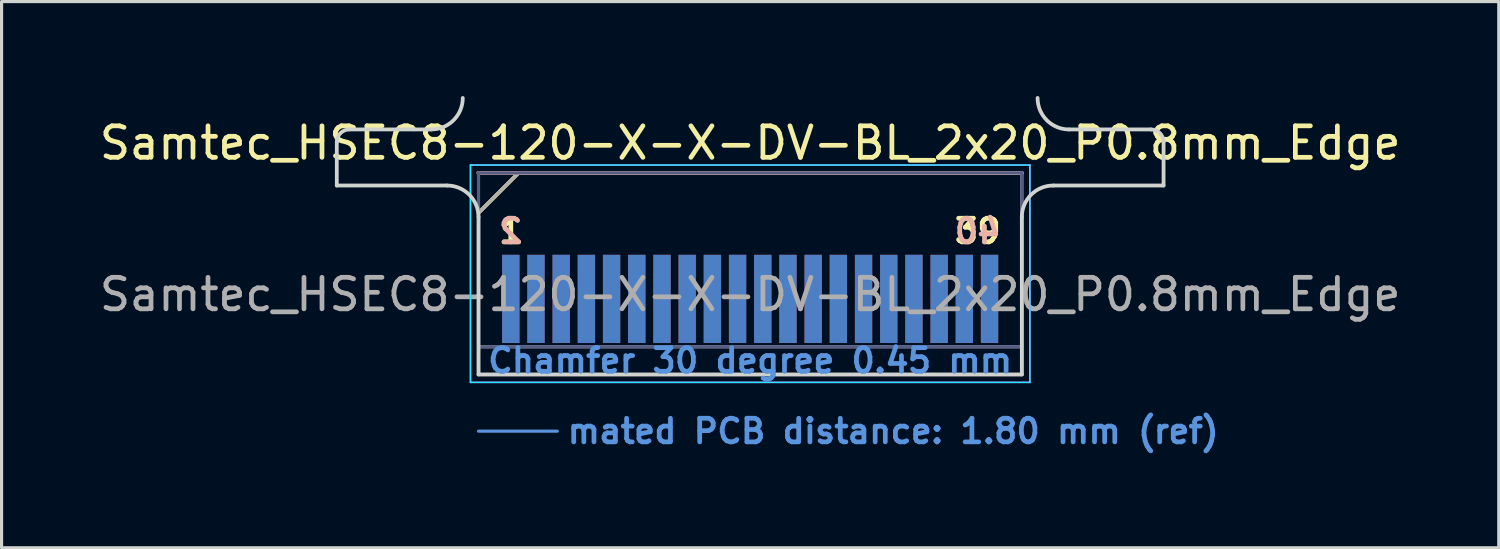
<source format=kicad_pcb>
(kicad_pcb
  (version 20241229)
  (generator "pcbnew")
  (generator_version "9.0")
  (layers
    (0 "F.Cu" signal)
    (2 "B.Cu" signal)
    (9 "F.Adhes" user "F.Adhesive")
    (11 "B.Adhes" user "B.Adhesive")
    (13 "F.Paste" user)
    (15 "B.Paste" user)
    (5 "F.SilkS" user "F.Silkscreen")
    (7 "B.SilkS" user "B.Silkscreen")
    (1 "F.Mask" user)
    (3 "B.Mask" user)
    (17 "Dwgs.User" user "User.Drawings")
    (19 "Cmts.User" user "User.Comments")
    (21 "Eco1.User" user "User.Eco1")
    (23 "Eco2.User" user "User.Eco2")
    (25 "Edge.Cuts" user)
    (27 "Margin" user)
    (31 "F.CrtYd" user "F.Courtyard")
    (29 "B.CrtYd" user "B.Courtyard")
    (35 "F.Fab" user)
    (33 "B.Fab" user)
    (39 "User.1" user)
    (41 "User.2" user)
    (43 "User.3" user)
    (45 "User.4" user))
  (footprint "Samtec_HSEC8-120-X-X-DV-BL_2x20_P0.8mm_Edge"
    (layer "F.Cu")
    (at 20.768 8.84)
    (property "Reference" "Samtec_HSEC8-120-X-X-DV-BL_2x20_P0.8mm_Edge" (at 0 -7.35 0) (layer "F.SilkS") (effects (font (size 1 1) (thickness 0.15))))
    (attr exclude_from_pos_files exclude_from_bom)
    (fp_line (start -8.625 -5.13) (end -7.355 -6.4) (stroke (width 0.12) (type solid)) (layer "F.SilkS"))
    (fp_line (start -7.355 -6.4) (end 8.625 -6.4) (stroke (width 0.12) (type solid)) (layer "F.SilkS"))
    (fp_line (start -8.625 -6.4) (end -8.625 -6.4) (stroke (width 0.12) (type solid)) (layer "B.SilkS"))
    (fp_line (start -8.625 -6.4) (end 8.625 -6.4) (stroke (width 0.12) (type solid)) (layer "B.SilkS"))
    (fp_line (start -8.625 1.8) (end -6.125 1.8) (stroke (width 0.1) (type solid)) (layer "Cmts.User"))
    (fp_line (start -13.125 -6) (end -13.125 -7.38) (stroke (width 0.12) (type solid)) (layer "Edge.Cuts"))
    (fp_line (start -12.725 -7.78) (end -10.125 -7.78) (stroke (width 0.12) (type solid)) (layer "Edge.Cuts"))
    (fp_line (start -9.625 -6) (end -13.125 -6) (stroke (width 0.12) (type solid)) (layer "Edge.Cuts"))
    (fp_line (start -8.625 -5) (end -8.625 0) (stroke (width 0.12) (type solid)) (layer "Edge.Cuts"))
    (fp_line (start -8.625 0) (end 8.625 0) (stroke (width 0.12) (type solid)) (layer "Edge.Cuts"))
    (fp_line (start 8.625 0) (end 8.625 -5) (stroke (width 0.12) (type solid)) (layer "Edge.Cuts"))
    (fp_line (start 9.625 -6) (end 13.125 -6) (stroke (width 0.12) (type solid)) (layer "Edge.Cuts"))
    (fp_line (start 12.725 -7.78) (end 10.125 -7.78) (stroke (width 0.12) (type solid)) (layer "Edge.Cuts"))
    (fp_line (start 13.125 -6) (end 13.125 -7.38) (stroke (width 0.12) (type solid)) (layer "Edge.Cuts"))
    (fp_arc (start -13.125 -7.38) (mid -13.007843 -7.662843) (end -12.725 -7.78) (stroke (width 0.12) (type solid)) (layer "Edge.Cuts"))
    (fp_arc (start -9.625 -6) (mid -8.917893 -5.707107) (end -8.625 -5) (stroke (width 0.12) (type solid)) (layer "Edge.Cuts"))
    (fp_arc (start -9.125 -8.78) (mid -9.417893 -8.072893) (end -10.125 -7.78) (stroke (width 0.12) (type solid)) (layer "Edge.Cuts"))
    (fp_arc (start 8.625 -5) (mid 8.917893 -5.707107) (end 9.625 -6) (stroke (width 0.12) (type solid)) (layer "Edge.Cuts"))
    (fp_arc (start 10.125 -7.78) (mid 9.417893 -8.072893) (end 9.125 -8.78) (stroke (width 0.12) (type solid)) (layer "Edge.Cuts"))
    (fp_arc (start 12.725 -7.78) (mid 13.007843 -7.662843) (end 13.125 -7.38) (stroke (width 0.12) (type solid)) (layer "Edge.Cuts"))
    (fp_line (start -8.88 -6.65) (end -8.88 0.25) (stroke (width 0.05) (type solid)) (layer "B.CrtYd"))
    (fp_line (start -8.88 0.25) (end 8.88 0.25) (stroke (width 0.05) (type solid)) (layer "B.CrtYd"))
    (fp_line (start 8.88 -6.65) (end -8.88 -6.65) (stroke (width 0.05) (type solid)) (layer "B.CrtYd"))
    (fp_line (start 8.88 0.25) (end 8.88 -6.65) (stroke (width 0.05) (type solid)) (layer "B.CrtYd"))
    (fp_line (start -8.88 -6.65) (end -8.88 0.25) (stroke (width 0.05) (type solid)) (layer "F.CrtYd"))
    (fp_line (start -8.88 0.25) (end 8.88 0.25) (stroke (width 0.05) (type solid)) (layer "F.CrtYd"))
    (fp_line (start 8.88 -6.65) (end -8.88 -6.65) (stroke (width 0.05) (type solid)) (layer "F.CrtYd"))
    (fp_line (start 8.88 0.25) (end 8.88 -6.65) (stroke (width 0.05) (type solid)) (layer "F.CrtYd"))
    (fp_line (start -8.625 -6.4) (end -8.625 -6.4) (stroke (width 0.1) (type solid)) (layer "B.Fab"))
    (fp_line (start -8.625 -6.4) (end -8.625 0) (stroke (width 0.1) (type solid)) (layer "B.Fab"))
    (fp_line (start -8.625 -6.4) (end 8.625 -6.4) (stroke (width 0.1) (type solid)) (layer "B.Fab"))
    (fp_line (start -8.625 -0.88) (end 8.625 -0.88) (stroke (width 0.1) (type solid)) (layer "B.Fab"))
    (fp_line (start -8.625 0) (end 8.625 0) (stroke (width 0.1) (type solid)) (layer "B.Fab"))
    (fp_line (start 8.625 -6.4) (end 8.625 0) (stroke (width 0.1) (type solid)) (layer "B.Fab"))
    (fp_line (start -8.625 -5.13) (end -8.625 0) (stroke (width 0.1) (type solid)) (layer "F.Fab"))
    (fp_line (start -8.625 -5.13) (end -7.355 -6.4) (stroke (width 0.1) (type solid)) (layer "F.Fab"))
    (fp_line (start -8.625 -0.88) (end 8.625 -0.88) (stroke (width 0.1) (type solid)) (layer "F.Fab"))
    (fp_line (start -8.625 0) (end 8.625 0) (stroke (width 0.1) (type solid)) (layer "F.Fab"))
    (fp_line (start -7.355 -6.4) (end 8.625 -6.4) (stroke (width 0.1) (type solid)) (layer "F.Fab"))
    (fp_line (start 8.625 -6.4) (end 8.625 0) (stroke (width 0.1) (type solid)) (layer "F.Fab"))
    (fp_text user "39" (at 7.225 -4.55 0) (layer "F.SilkS") (effects (font (size 0.75 0.75) (thickness 0.15))))
    (fp_text user "1" (at -7.6 -4.55 0) (layer "F.SilkS") (effects (font (size 0.75 0.75) (thickness 0.15))))
    (fp_text user "40" (at 7.225 -4.55 0) (layer "B.SilkS") (effects (font (size 0.75 0.75) (thickness 0.15)) (justify mirror)))
    (fp_text user "2" (at -7.6 -4.55 0) (layer "B.SilkS") (effects (font (size 0.75 0.75) (thickness 0.15)) (justify mirror)))
    (fp_text user "Chamfer 30 degree 0.45 mm" (at 0 -0.44 0) (layer "Cmts.User") (effects (font (size 0.75 0.75) (thickness 0.15))))
    (fp_text user "mated PCB distance: 1.80 mm (ref)" (at -5.88 1.8 0) (layer "Cmts.User") (effects (font (size 0.75 0.75) (thickness 0.15)) (justify left)))
    (fp_text user "${REFERENCE}" (at 0 -2.54 0) (layer "F.Fab") (effects (font (size 1 1) (thickness 0.15))))
    (pad "1" connect rect (at -7.6 -2.4) (size 0.55 2.8) (layers "F.Cu" "F.Mask"))
    (pad "2" connect rect (at -7.6 -2.4) (size 0.55 2.8) (layers "B.Cu" "B.Mask"))
    (pad "3" connect rect (at -6.8 -2.4) (size 0.55 2.8) (layers "F.Cu" "F.Mask"))
    (pad "4" connect rect (at -6.8 -2.4) (size 0.55 2.8) (layers "B.Cu" "B.Mask"))
    (pad "5" connect rect (at -6 -2.4) (size 0.55 2.8) (layers "F.Cu" "F.Mask"))
    (pad "6" connect rect (at -6 -2.4) (size 0.55 2.8) (layers "B.Cu" "B.Mask"))
    (pad "7" connect rect (at -5.2 -2.4) (size 0.55 2.8) (layers "F.Cu" "F.Mask"))
    (pad "8" connect rect (at -5.2 -2.4) (size 0.55 2.8) (layers "B.Cu" "B.Mask"))
    (pad "9" connect rect (at -4.4 -2.4) (size 0.55 2.8) (layers "F.Cu" "F.Mask"))
    (pad "10" connect rect (at -4.4 -2.4) (size 0.55 2.8) (layers "B.Cu" "B.Mask"))
    (pad "11" connect rect (at -3.6 -2.4) (size 0.55 2.8) (layers "F.Cu" "F.Mask"))
    (pad "12" connect rect (at -3.6 -2.4) (size 0.55 2.8) (layers "B.Cu" "B.Mask"))
    (pad "13" connect rect (at -2.8 -2.4) (size 0.55 2.8) (layers "F.Cu" "F.Mask"))
    (pad "14" connect rect (at -2.8 -2.4) (size 0.55 2.8) (layers "B.Cu" "B.Mask"))
    (pad "15" connect rect (at -2 -2.4) (size 0.55 2.8) (layers "F.Cu" "F.Mask"))
    (pad "16" connect rect (at -2 -2.4) (size 0.55 2.8) (layers "B.Cu" "B.Mask"))
    (pad "17" connect rect (at -1.2 -2.4) (size 0.55 2.8) (layers "F.Cu" "F.Mask"))
    (pad "18" connect rect (at -1.2 -2.4) (size 0.55 2.8) (layers "B.Cu" "B.Mask"))
    (pad "19" connect rect (at -0.4 -2.4) (size 0.55 2.8) (layers "F.Cu" "F.Mask"))
    (pad "20" connect rect (at -0.4 -2.4) (size 0.55 2.8) (layers "B.Cu" "B.Mask"))
    (pad "21" connect rect (at 0.4 -2.4) (size 0.55 2.8) (layers "F.Cu" "F.Mask"))
    (pad "22" connect rect (at 0.4 -2.4) (size 0.55 2.8) (layers "B.Cu" "B.Mask"))
    (pad "23" connect rect (at 1.2 -2.4) (size 0.55 2.8) (layers "F.Cu" "F.Mask"))
    (pad "24" connect rect (at 1.2 -2.4) (size 0.55 2.8) (layers "B.Cu" "B.Mask"))
    (pad "25" connect rect (at 2 -2.4) (size 0.55 2.8) (layers "F.Cu" "F.Mask"))
    (pad "26" connect rect (at 2 -2.4) (size 0.55 2.8) (layers "B.Cu" "B.Mask"))
    (pad "27" connect rect (at 2.8 -2.4) (size 0.55 2.8) (layers "F.Cu" "F.Mask"))
    (pad "28" connect rect (at 2.8 -2.4) (size 0.55 2.8) (layers "B.Cu" "B.Mask"))
    (pad "29" connect rect (at 3.6 -2.4) (size 0.55 2.8) (layers "F.Cu" "F.Mask"))
    (pad "30" connect rect (at 3.6 -2.4) (size 0.55 2.8) (layers "B.Cu" "B.Mask"))
    (pad "31" connect rect (at 4.4 -2.4) (size 0.55 2.8) (layers "F.Cu" "F.Mask"))
    (pad "32" connect rect (at 4.4 -2.4) (size 0.55 2.8) (layers "B.Cu" "B.Mask"))
    (pad "33" connect rect (at 5.2 -2.4) (size 0.55 2.8) (layers "F.Cu" "F.Mask"))
    (pad "34" connect rect (at 5.2 -2.4) (size 0.55 2.8) (layers "B.Cu" "B.Mask"))
    (pad "35" connect rect (at 6 -2.4) (size 0.55 2.8) (layers "F.Cu" "F.Mask"))
    (pad "36" connect rect (at 6 -2.4) (size 0.55 2.8) (layers "B.Cu" "B.Mask"))
    (pad "37" connect rect (at 6.8 -2.4) (size 0.55 2.8) (layers "F.Cu" "F.Mask"))
    (pad "38" connect rect (at 6.8 -2.4) (size 0.55 2.8) (layers "B.Cu" "B.Mask"))
    (pad "39" connect rect (at 7.6 -2.4) (size 0.55 2.8) (layers "F.Cu" "F.Mask"))
    (pad "40" connect rect (at 7.6 -2.4) (size 0.55 2.8) (layers "B.Cu" "B.Mask")))
  (gr_rect
    (start -3 -3)
    (end 44.536 14.342)
    (stroke (width 0.1) (type default))
    (fill no)
    (layer "Edge.Cuts")))
</source>
